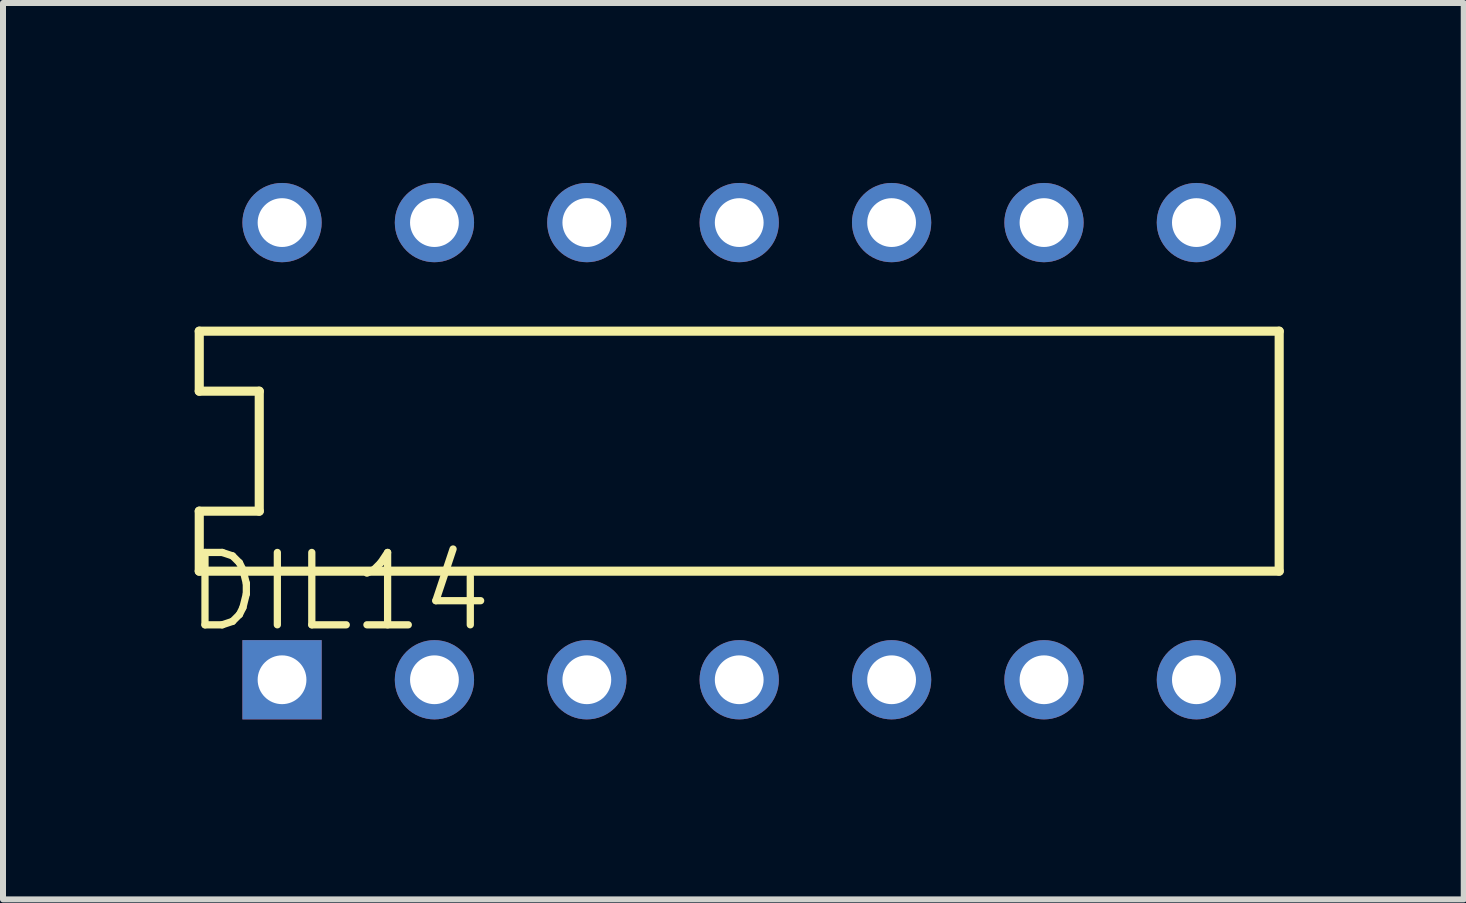
<source format=kicad_pcb>
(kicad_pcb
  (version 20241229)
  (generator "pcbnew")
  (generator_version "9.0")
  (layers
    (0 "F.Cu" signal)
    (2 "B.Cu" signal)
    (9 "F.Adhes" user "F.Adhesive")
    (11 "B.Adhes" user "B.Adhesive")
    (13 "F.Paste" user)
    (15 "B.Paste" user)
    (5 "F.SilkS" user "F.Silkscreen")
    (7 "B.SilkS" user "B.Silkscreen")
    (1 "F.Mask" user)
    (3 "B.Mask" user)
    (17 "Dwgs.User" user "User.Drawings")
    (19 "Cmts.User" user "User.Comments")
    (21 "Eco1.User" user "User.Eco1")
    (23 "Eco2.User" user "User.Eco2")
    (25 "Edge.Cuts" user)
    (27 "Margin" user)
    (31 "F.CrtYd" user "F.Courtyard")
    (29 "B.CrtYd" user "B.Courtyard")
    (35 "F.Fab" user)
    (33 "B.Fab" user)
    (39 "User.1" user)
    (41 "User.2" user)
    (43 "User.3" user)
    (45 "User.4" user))
  (footprint "DIL14"
    (layer "F.Cu")
    (at 1.651 8.28)
    (property "Reference" "DIL14" (at -1.651 -0.762 180) (layer "F.SilkS") (effects (font (size 1.206 1.206) (thickness 0.121)) (justify left bottom)))
    (attr through_hole)
    (fp_line (start -1.38 -5.81) (end -1.38 -4.81) (stroke (width 0.152) (type solid)) (layer "F.SilkS"))
    (fp_line (start -1.38 -4.81) (end -0.38 -4.81) (stroke (width 0.152) (type solid)) (layer "F.SilkS"))
    (fp_line (start -1.38 -2.81) (end -0.38 -2.81) (stroke (width 0.152) (type solid)) (layer "F.SilkS"))
    (fp_line (start -1.38 -1.81) (end -1.38 -2.81) (stroke (width 0.152) (type solid)) (layer "F.SilkS"))
    (fp_line (start -1.38 -1.81) (end 16.62 -1.81) (stroke (width 0.152) (type solid)) (layer "F.SilkS"))
    (fp_line (start -0.38 -2.81) (end -0.38 -4.81) (stroke (width 0.152) (type solid)) (layer "F.SilkS"))
    (fp_line (start 16.62 -5.81) (end -1.38 -5.81) (stroke (width 0.152) (type solid)) (layer "F.SilkS"))
    (fp_line (start 16.62 -5.81) (end 16.62 -1.81) (stroke (width 0.152) (type solid)) (layer "F.SilkS"))
    (pad "1" thru_hole rect (at 0 0 90) (size 1.321 1.321) (drill 0.813) (layers "*.Cu" "*.Mask"))
    (pad "2" thru_hole circle (at 2.54 0 90) (size 1.321 1.321) (drill 0.813) (layers "*.Cu" "*.Mask"))
    (pad "3" thru_hole circle (at 5.08 0 90) (size 1.321 1.321) (drill 0.813) (layers "*.Cu" "*.Mask"))
    (pad "4" thru_hole circle (at 7.62 0 90) (size 1.321 1.321) (drill 0.813) (layers "*.Cu" "*.Mask"))
    (pad "5" thru_hole circle (at 10.16 0 90) (size 1.321 1.321) (drill 0.813) (layers "*.Cu" "*.Mask"))
    (pad "6" thru_hole circle (at 12.7 0 90) (size 1.321 1.321) (drill 0.813) (layers "*.Cu" "*.Mask"))
    (pad "7" thru_hole circle (at 15.24 0 90) (size 1.321 1.321) (drill 0.813) (layers "*.Cu" "*.Mask"))
    (pad "8" thru_hole circle (at 15.24 -7.62 90) (size 1.321 1.321) (drill 0.813) (layers "*.Cu" "*.Mask"))
    (pad "9" thru_hole circle (at 12.7 -7.62 90) (size 1.321 1.321) (drill 0.813) (layers "*.Cu" "*.Mask"))
    (pad "10" thru_hole circle (at 10.16 -7.62 90) (size 1.321 1.321) (drill 0.813) (layers "*.Cu" "*.Mask"))
    (pad "11" thru_hole circle (at 7.62 -7.62 90) (size 1.321 1.321) (drill 0.813) (layers "*.Cu" "*.Mask"))
    (pad "12" thru_hole circle (at 5.08 -7.62 90) (size 1.321 1.321) (drill 0.813) (layers "*.Cu" "*.Mask"))
    (pad "13" thru_hole circle (at 2.54 -7.62 90) (size 1.321 1.321) (drill 0.813) (layers "*.Cu" "*.Mask"))
    (pad "14" thru_hole circle (at 0 -7.62 90) (size 1.321 1.321) (drill 0.813) (layers "*.Cu" "*.Mask")))
  (gr_rect
    (start -3 -3)
    (end 21.347 11.941)
    (stroke (width 0.1) (type default))
    (fill no)
    (layer "Edge.Cuts")))
</source>
